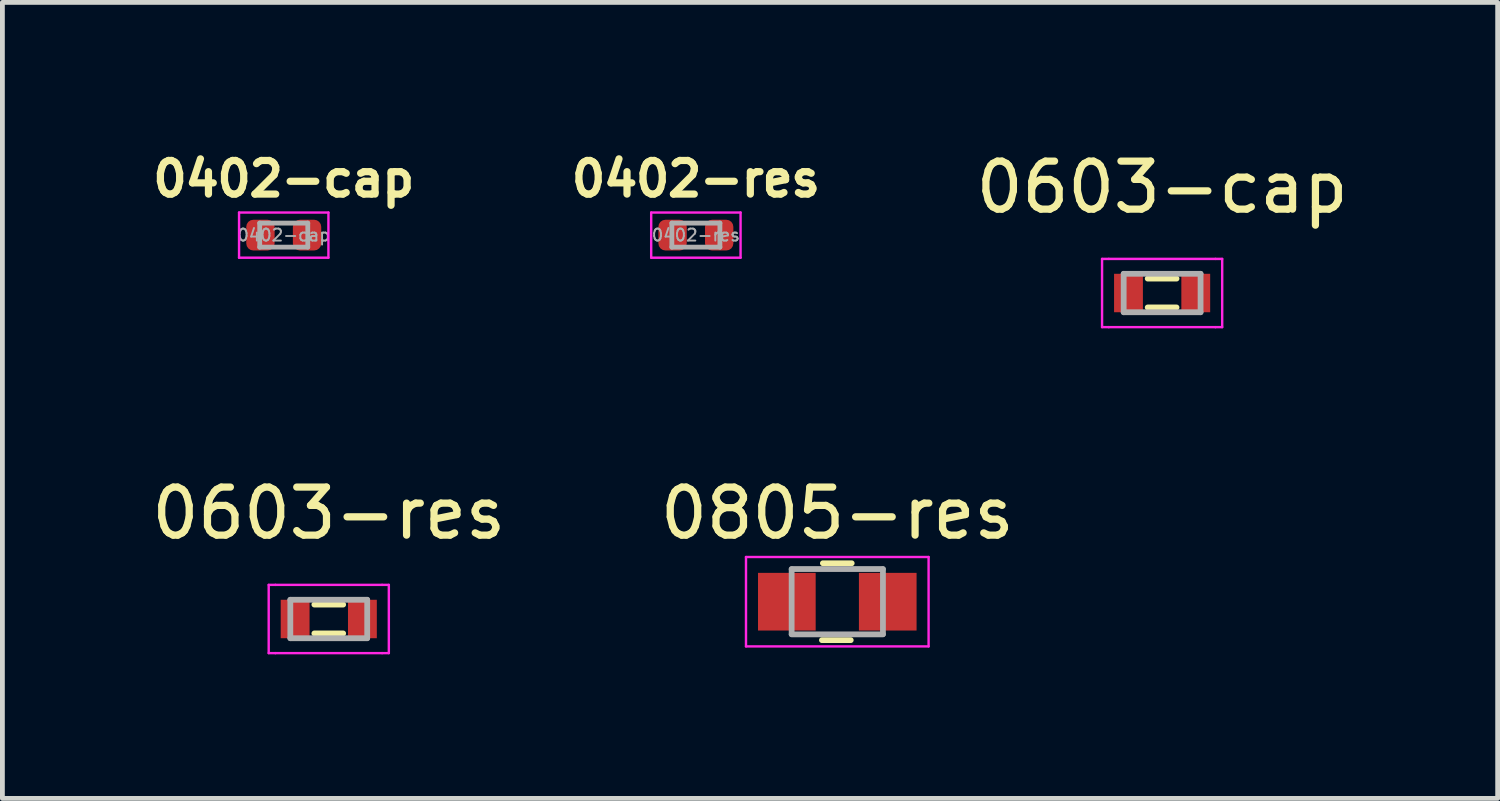
<source format=kicad_pcb>
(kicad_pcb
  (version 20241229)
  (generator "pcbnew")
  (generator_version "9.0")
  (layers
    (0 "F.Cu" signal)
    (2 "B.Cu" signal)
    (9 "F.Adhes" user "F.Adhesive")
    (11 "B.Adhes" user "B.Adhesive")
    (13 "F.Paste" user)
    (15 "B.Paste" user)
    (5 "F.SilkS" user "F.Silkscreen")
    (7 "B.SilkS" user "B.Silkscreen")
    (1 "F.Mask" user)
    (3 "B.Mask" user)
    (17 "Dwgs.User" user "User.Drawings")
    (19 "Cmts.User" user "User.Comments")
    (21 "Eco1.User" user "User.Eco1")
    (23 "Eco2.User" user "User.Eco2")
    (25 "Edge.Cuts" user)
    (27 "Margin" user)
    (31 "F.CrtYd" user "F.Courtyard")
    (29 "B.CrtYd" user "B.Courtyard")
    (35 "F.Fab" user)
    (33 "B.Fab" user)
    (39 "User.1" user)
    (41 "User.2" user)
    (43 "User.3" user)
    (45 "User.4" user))
  (footprint "0603-res"
    (layer "F.Cu")
    (at 3.792 9.832)
    (property "Reference" "0603-res" (at 0 -2.2 0) (layer "F.SilkS") (effects (font (size 1 1) (thickness 0.15))))
    (attr smd)
    (fp_line (start -0.3 -0.3) (end 0.3 -0.3) (stroke (width 0.12) (type solid)) (layer "F.SilkS"))
    (fp_line (start -0.3 0.3) (end 0.3 0.3) (stroke (width 0.12) (type solid)) (layer "F.SilkS"))
    (fp_line (start -1.25 0.71) (end -1.25 -0.71) (stroke (width 0.05) (type solid)) (layer "F.CrtYd"))
    (fp_line (start -1.11 -0.71) (end -1.25 -0.71) (stroke (width 0.05) (type solid)) (layer "F.CrtYd"))
    (fp_line (start -1.11 -0.71) (end 1.11 -0.71) (stroke (width 0.05) (type solid)) (layer "F.CrtYd"))
    (fp_line (start -1.11 0.71) (end -1.25 0.71) (stroke (width 0.05) (type solid)) (layer "F.CrtYd"))
    (fp_line (start 1.11 -0.71) (end 1.25 -0.71) (stroke (width 0.05) (type solid)) (layer "F.CrtYd"))
    (fp_line (start 1.11 0.71) (end -1.11 0.71) (stroke (width 0.05) (type solid)) (layer "F.CrtYd"))
    (fp_line (start 1.11 0.71) (end 1.25 0.71) (stroke (width 0.05) (type solid)) (layer "F.CrtYd"))
    (fp_line (start 1.25 -0.71) (end 1.25 0.71) (stroke (width 0.05) (type solid)) (layer "F.CrtYd"))
    (fp_line (start -0.8 -0.4) (end -0.8 0.4) (stroke (width 0.12) (type solid)) (layer "F.Fab"))
    (fp_line (start -0.8 0.4) (end 0.8 0.4) (stroke (width 0.12) (type solid)) (layer "F.Fab"))
    (fp_line (start 0.8 -0.4) (end -0.8 -0.4) (stroke (width 0.12) (type solid)) (layer "F.Fab"))
    (fp_line (start 0.8 0.4) (end 0.8 -0.4) (stroke (width 0.12) (type solid)) (layer "F.Fab"))
    (pad "1" smd rect (at -0.7 0) (size 0.6 0.8) (layers "F.Cu" "F.Mask" "F.Paste"))
    (pad "2" smd rect (at 0.7 0) (size 0.6 0.8) (layers "F.Cu" "F.Mask" "F.Paste")))
  (footprint "0603-cap"
    (layer "F.Cu")
    (at 21.135 3.048)
    (property "Reference" "0603-cap" (at 0 -2.2 0) (layer "F.SilkS") (effects (font (size 1 1) (thickness 0.15))))
    (attr smd)
    (fp_line (start -0.3 -0.3) (end 0.3 -0.3) (stroke (width 0.12) (type solid)) (layer "F.SilkS"))
    (fp_line (start -0.3 0.3) (end 0.3 0.3) (stroke (width 0.12) (type solid)) (layer "F.SilkS"))
    (fp_line (start -1.25 0.71) (end -1.25 -0.71) (stroke (width 0.05) (type solid)) (layer "F.CrtYd"))
    (fp_line (start -1.11 -0.71) (end -1.25 -0.71) (stroke (width 0.05) (type solid)) (layer "F.CrtYd"))
    (fp_line (start -1.11 -0.71) (end 1.11 -0.71) (stroke (width 0.05) (type solid)) (layer "F.CrtYd"))
    (fp_line (start -1.11 0.71) (end -1.25 0.71) (stroke (width 0.05) (type solid)) (layer "F.CrtYd"))
    (fp_line (start 1.11 -0.71) (end 1.25 -0.71) (stroke (width 0.05) (type solid)) (layer "F.CrtYd"))
    (fp_line (start 1.11 0.71) (end -1.11 0.71) (stroke (width 0.05) (type solid)) (layer "F.CrtYd"))
    (fp_line (start 1.11 0.71) (end 1.25 0.71) (stroke (width 0.05) (type solid)) (layer "F.CrtYd"))
    (fp_line (start 1.25 -0.71) (end 1.25 0.71) (stroke (width 0.05) (type solid)) (layer "F.CrtYd"))
    (fp_line (start -0.8 -0.4) (end -0.8 0.4) (stroke (width 0.12) (type solid)) (layer "F.Fab"))
    (fp_line (start -0.8 0.4) (end 0.8 0.4) (stroke (width 0.12) (type solid)) (layer "F.Fab"))
    (fp_line (start 0.8 -0.4) (end -0.8 -0.4) (stroke (width 0.12) (type solid)) (layer "F.Fab"))
    (fp_line (start 0.8 0.4) (end 0.8 -0.4) (stroke (width 0.12) (type solid)) (layer "F.Fab"))
    (pad "1" smd rect (at -0.7 0) (size 0.6 0.8) (layers "F.Cu" "F.Mask" "F.Paste"))
    (pad "2" smd rect (at 0.7 0) (size 0.6 0.8) (layers "F.Cu" "F.Mask" "F.Paste")))
  (footprint "0402-cap"
    (layer "F.Cu")
    (at 2.855 1.843)
    (property "Reference" "0402-cap" (at 0 -1.17 0) (layer "F.SilkS") (effects (font (size 0.7 0.7) (thickness 0.15))))
    (attr smd)
    (fp_line (start -0.93 -0.47) (end 0.93 -0.47) (stroke (width 0.05) (type solid)) (layer "F.CrtYd"))
    (fp_line (start -0.93 0.47) (end -0.93 -0.47) (stroke (width 0.05) (type solid)) (layer "F.CrtYd"))
    (fp_line (start 0.93 -0.47) (end 0.93 0.47) (stroke (width 0.05) (type solid)) (layer "F.CrtYd"))
    (fp_line (start 0.93 0.47) (end -0.93 0.47) (stroke (width 0.05) (type solid)) (layer "F.CrtYd"))
    (fp_line (start -0.5 -0.25) (end 0.5 -0.25) (stroke (width 0.1) (type solid)) (layer "F.Fab"))
    (fp_line (start -0.5 0.25) (end -0.5 -0.25) (stroke (width 0.1) (type solid)) (layer "F.Fab"))
    (fp_line (start 0.5 -0.25) (end 0.5 0.25) (stroke (width 0.1) (type solid)) (layer "F.Fab"))
    (fp_line (start 0.5 0.25) (end -0.5 0.25) (stroke (width 0.1) (type solid)) (layer "F.Fab"))
    (fp_text user "${REFERENCE}" (at 0 0 0) (layer "F.Fab") (effects (font (size 0.25 0.25) (thickness 0.04))))
    (pad "1" smd roundrect (at -0.485 0) (size 0.59 0.64) (layers "F.Cu" "F.Mask" "F.Paste") (roundrect_rratio 0.25))
    (pad "2" smd roundrect (at 0.485 0) (size 0.59 0.64) (layers "F.Cu" "F.Mask" "F.Paste") (roundrect_rratio 0.25)))
  (footprint "0805-res"
    (layer "F.Cu")
    (at 14.375 9.472)
    (property "Reference" "0805-res" (at 0 -1.84 0) (layer "F.SilkS") (effects (font (size 1 1) (thickness 0.15))))
    (attr smd)
    (fp_line (start -0.32 0.8) (end 0.28 0.8) (stroke (width 0.12) (type solid)) (layer "F.SilkS"))
    (fp_line (start -0.3 -0.8) (end 0.3 -0.8) (stroke (width 0.12) (type solid)) (layer "F.SilkS"))
    (fp_line (start -1.9 -0.93) (end 1.9 -0.93) (stroke (width 0.05) (type solid)) (layer "F.CrtYd"))
    (fp_line (start -1.9 0.93) (end -1.9 -0.93) (stroke (width 0.05) (type solid)) (layer "F.CrtYd"))
    (fp_line (start -1.9 0.93) (end 1.9 0.93) (stroke (width 0.05) (type solid)) (layer "F.CrtYd"))
    (fp_line (start 1.9 0.93) (end 1.9 -0.93) (stroke (width 0.05) (type solid)) (layer "F.CrtYd"))
    (fp_line (start -0.95 -0.68) (end 0.95 -0.68) (stroke (width 0.12) (type solid)) (layer "F.Fab"))
    (fp_line (start -0.95 -0.675) (end -0.95 0.675) (stroke (width 0.12) (type solid)) (layer "F.Fab"))
    (fp_line (start -0.95 0.68) (end 0.95 0.68) (stroke (width 0.12) (type solid)) (layer "F.Fab"))
    (fp_line (start 0.95 -0.675) (end 0.95 0.675) (stroke (width 0.12) (type solid)) (layer "F.Fab"))
    (pad "1" smd rect (at -1.05 0) (size 1.2 1.2) (layers "F.Cu" "F.Mask" "F.Paste"))
    (pad "2" smd rect (at 1.05 0) (size 1.2 1.2) (layers "F.Cu" "F.Mask" "F.Paste")))
  (footprint "0402-res"
    (layer "F.Cu")
    (at 11.432 1.843)
    (property "Reference" "0402-res" (at 0 -1.17 0) (layer "F.SilkS") (effects (font (size 0.7 0.7) (thickness 0.15))))
    (attr smd)
    (fp_line (start -0.93 -0.47) (end 0.93 -0.47) (stroke (width 0.05) (type solid)) (layer "F.CrtYd"))
    (fp_line (start -0.93 0.47) (end -0.93 -0.47) (stroke (width 0.05) (type solid)) (layer "F.CrtYd"))
    (fp_line (start 0.93 -0.47) (end 0.93 0.47) (stroke (width 0.05) (type solid)) (layer "F.CrtYd"))
    (fp_line (start 0.93 0.47) (end -0.93 0.47) (stroke (width 0.05) (type solid)) (layer "F.CrtYd"))
    (fp_line (start -0.5 -0.25) (end 0.5 -0.25) (stroke (width 0.1) (type solid)) (layer "F.Fab"))
    (fp_line (start -0.5 0.25) (end -0.5 -0.25) (stroke (width 0.1) (type solid)) (layer "F.Fab"))
    (fp_line (start 0.5 -0.25) (end 0.5 0.25) (stroke (width 0.1) (type solid)) (layer "F.Fab"))
    (fp_line (start 0.5 0.25) (end -0.5 0.25) (stroke (width 0.1) (type solid)) (layer "F.Fab"))
    (fp_text user "${REFERENCE}" (at 0 0 0) (layer "F.Fab") (effects (font (size 0.25 0.25) (thickness 0.04))))
    (pad "1" smd roundrect (at -0.485 0) (size 0.59 0.64) (layers "F.Cu" "F.Mask" "F.Paste") (roundrect_rratio 0.25))
    (pad "2" smd roundrect (at 0.485 0) (size 0.59 0.64) (layers "F.Cu" "F.Mask" "F.Paste") (roundrect_rratio 0.25)))
  (gr_rect
    (start -3 -3)
    (end 28.118 13.566)
    (stroke (width 0.1) (type default))
    (fill no)
    (layer "Edge.Cuts")))
</source>
